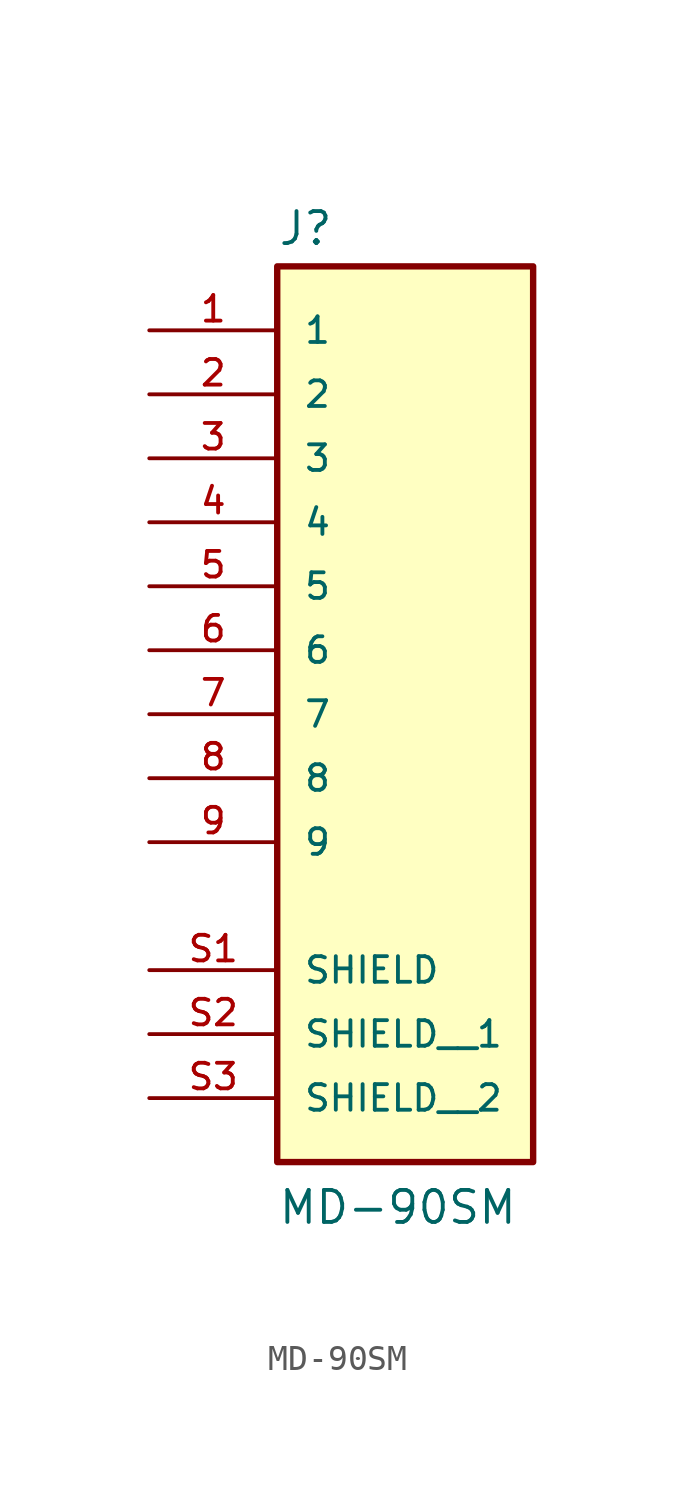
<source format=kicad_sym>
(kicad_symbol_lib
  (version 20211014)
  (generator kicad_symbol_editor)
  (symbol "MD-90SM"
    (pin_names
      (offset 1.016))
    (property "Reference" "J"
      (at -5.08 16.002 0)
      (effects (font (size 1.27 1.27)) (justify bottom left)))
    (property "Value" "MD-90SM"
      (at -5.08 -22.86 0)
      (effects (font (size 1.27 1.27)) (justify bottom left)))
    (symbol "MD-90SM_0_0"
      (rectangle (start -5.08 -20.32) (end 5.08 15.24) (stroke (width 0.254)) (fill (type background)))
      (pin passive line (at -10.16 10.16 0) (length 5.08) (name "2" (effects (font (size 1.016 1.016)))) (number "2" (effects (font (size 1.016 1.016)))))
      (pin passive line (at -10.16 12.7 0) (length 5.08) (name "1" (effects (font (size 1.016 1.016)))) (number "1" (effects (font (size 1.016 1.016)))))
      (pin passive line (at -10.16 7.62 0) (length 5.08) (name "3" (effects (font (size 1.016 1.016)))) (number "3" (effects (font (size 1.016 1.016)))))
      (pin passive line (at -10.16 -12.7 0) (length 5.08) (name "SHIELD" (effects (font (size 1.016 1.016)))) (number "S1" (effects (font (size 1.016 1.016)))))
      (pin passive line (at -10.16 5.08 0) (length 5.08) (name "4" (effects (font (size 1.016 1.016)))) (number "4" (effects (font (size 1.016 1.016)))))
      (pin passive line (at -10.16 2.54 0) (length 5.08) (name "5" (effects (font (size 1.016 1.016)))) (number "5" (effects (font (size 1.016 1.016)))))
      (pin passive line (at -10.16 0.0 0) (length 5.08) (name "6" (effects (font (size 1.016 1.016)))) (number "6" (effects (font (size 1.016 1.016)))))
      (pin passive line (at -10.16 -2.54 0) (length 5.08) (name "7" (effects (font (size 1.016 1.016)))) (number "7" (effects (font (size 1.016 1.016)))))
      (pin passive line (at -10.16 -5.08 0) (length 5.08) (name "8" (effects (font (size 1.016 1.016)))) (number "8" (effects (font (size 1.016 1.016)))))
      (pin passive line (at -10.16 -7.62 0) (length 5.08) (name "9" (effects (font (size 1.016 1.016)))) (number "9" (effects (font (size 1.016 1.016)))))
      (pin passive line (at -10.16 -15.24 0) (length 5.08) (name "SHIELD__1" (effects (font (size 1.016 1.016)))) (number "S2" (effects (font (size 1.016 1.016)))))
      (pin passive line (at -10.16 -17.78 0) (length 5.08) (name "SHIELD__2" (effects (font (size 1.016 1.016)))) (number "S3" (effects (font (size 1.016 1.016))))))))
</source>
